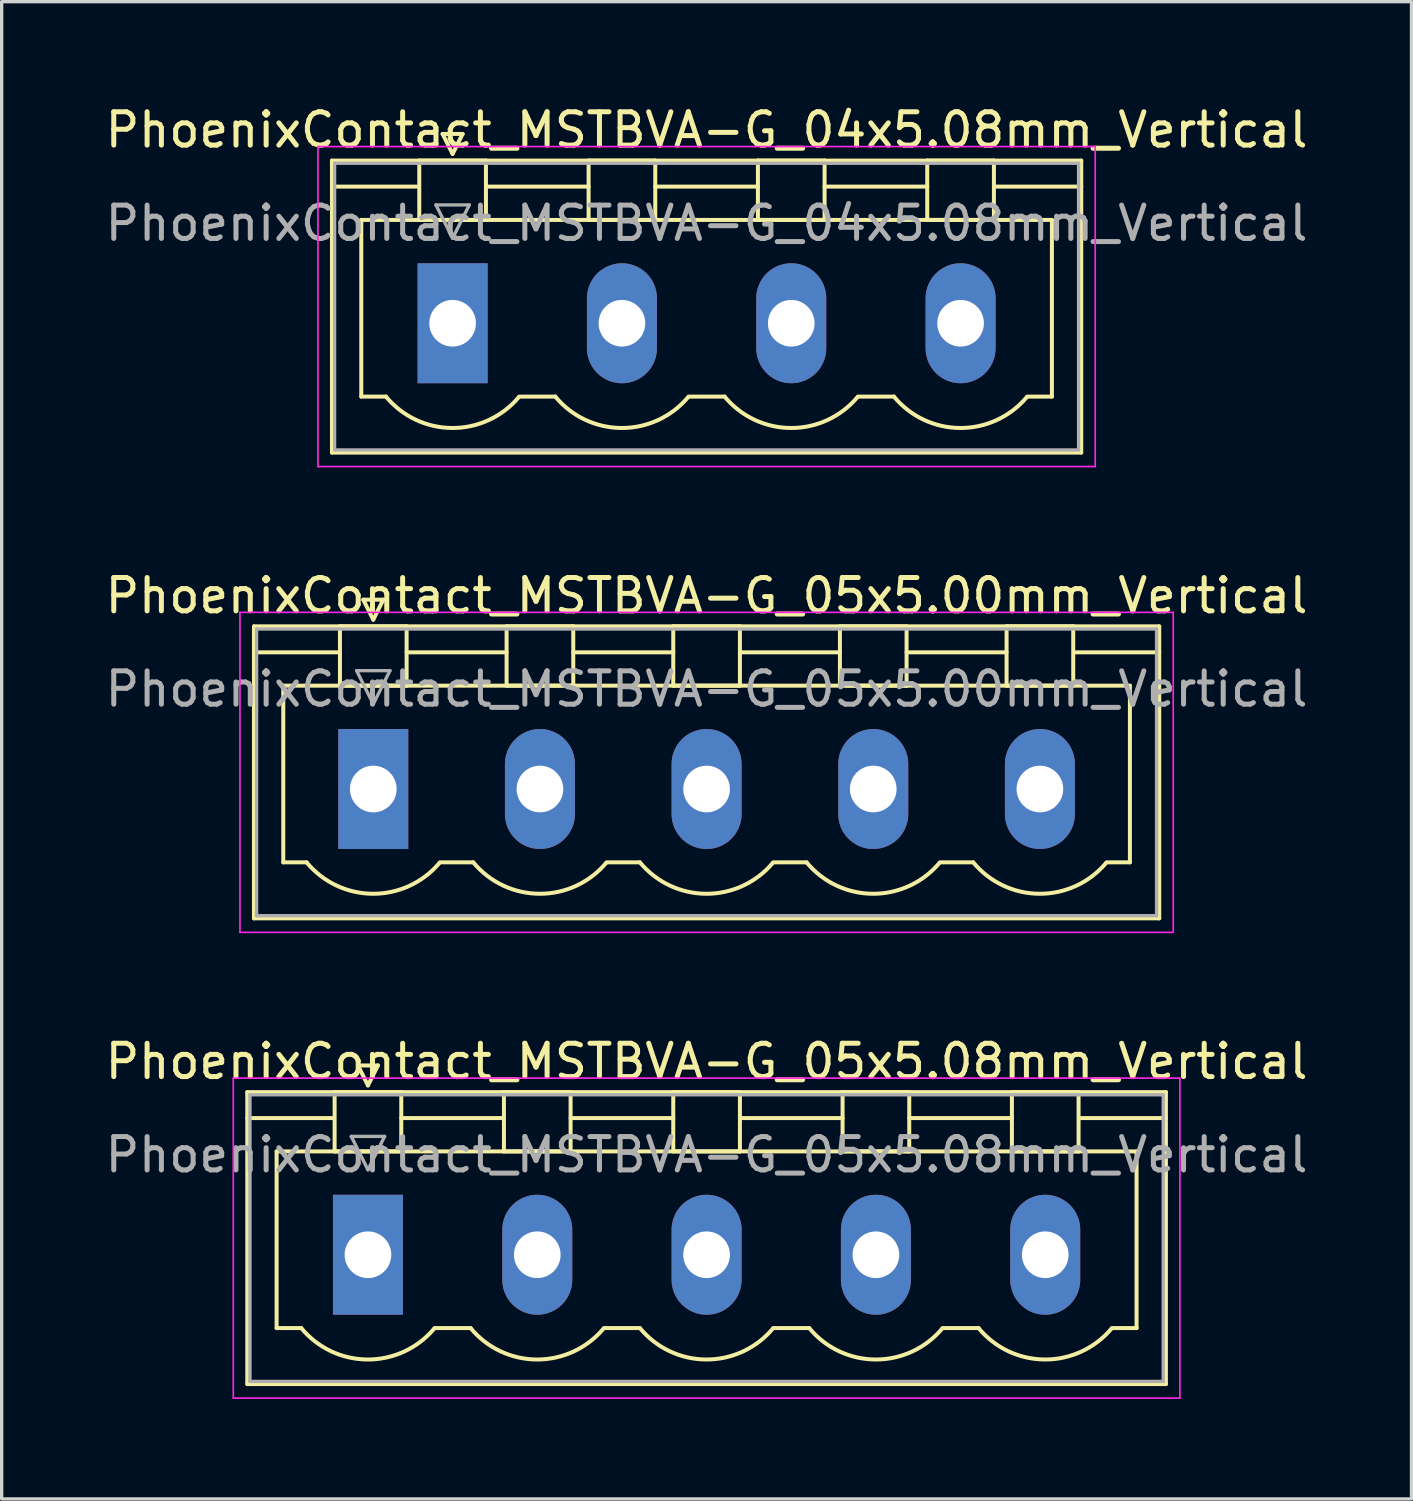
<source format=kicad_pcb>
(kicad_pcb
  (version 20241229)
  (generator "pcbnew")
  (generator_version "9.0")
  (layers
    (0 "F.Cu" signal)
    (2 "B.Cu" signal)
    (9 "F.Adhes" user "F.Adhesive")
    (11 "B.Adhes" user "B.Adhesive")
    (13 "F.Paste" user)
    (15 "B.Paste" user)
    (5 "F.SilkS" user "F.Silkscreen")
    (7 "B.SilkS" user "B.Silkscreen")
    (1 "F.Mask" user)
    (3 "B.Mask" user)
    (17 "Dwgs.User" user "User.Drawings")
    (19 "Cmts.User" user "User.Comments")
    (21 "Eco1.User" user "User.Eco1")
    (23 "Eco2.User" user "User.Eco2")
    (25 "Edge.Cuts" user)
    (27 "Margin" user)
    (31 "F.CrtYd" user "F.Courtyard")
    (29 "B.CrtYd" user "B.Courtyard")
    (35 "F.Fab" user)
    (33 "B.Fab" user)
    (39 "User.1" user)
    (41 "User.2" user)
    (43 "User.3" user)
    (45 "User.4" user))
  (footprint "PhoenixContact_MSTBVA-G_05x5.08mm_Vertical"
    (layer "F.Cu")
    (at 7.989 34.595)
    (property "Reference" "PhoenixContact_MSTBVA-G_05x5.08mm_Vertical" (at 10.16 -5.8 0) (layer "F.SilkS") (effects (font (size 1 1) (thickness 0.15))))
    (attr through_hole)
    (fp_line (start -3.62 -4.88) (end -3.62 3.88) (stroke (width 0.12) (type solid)) (layer "F.SilkS"))
    (fp_line (start -3.62 -4.1) (end -1.08 -4.1) (stroke (width 0.12) (type solid)) (layer "F.SilkS"))
    (fp_line (start -3.62 3.88) (end 23.94 3.88) (stroke (width 0.12) (type solid)) (layer "F.SilkS"))
    (fp_line (start -2.74 -3.1) (end 23.06 -3.1) (stroke (width 0.12) (type solid)) (layer "F.SilkS"))
    (fp_line (start -2.74 2.2) (end -2.74 -3.1) (stroke (width 0.12) (type solid)) (layer "F.SilkS"))
    (fp_line (start -2 2.2) (end -2.74 2.2) (stroke (width 0.12) (type solid)) (layer "F.SilkS"))
    (fp_line (start -1 -4.88) (end 1 -4.88) (stroke (width 0.12) (type solid)) (layer "F.SilkS"))
    (fp_line (start -1 -3.1) (end -1 -4.88) (stroke (width 0.12) (type solid)) (layer "F.SilkS"))
    (fp_line (start -0.3 -5.68) (end 0.3 -5.68) (stroke (width 0.12) (type solid)) (layer "F.SilkS"))
    (fp_line (start 0 -5.08) (end -0.3 -5.68) (stroke (width 0.12) (type solid)) (layer "F.SilkS"))
    (fp_line (start 0.3 -5.68) (end 0 -5.08) (stroke (width 0.12) (type solid)) (layer "F.SilkS"))
    (fp_line (start 1 -4.88) (end 1 -3.1) (stroke (width 0.12) (type solid)) (layer "F.SilkS"))
    (fp_line (start 1 -4.1) (end 4.08 -4.1) (stroke (width 0.12) (type solid)) (layer "F.SilkS"))
    (fp_line (start 1 -3.1) (end -1 -3.1) (stroke (width 0.12) (type solid)) (layer "F.SilkS"))
    (fp_line (start 2 2.2) (end 3.08 2.2) (stroke (width 0.12) (type solid)) (layer "F.SilkS"))
    (fp_line (start 4.08 -4.88) (end 6.08 -4.88) (stroke (width 0.12) (type solid)) (layer "F.SilkS"))
    (fp_line (start 4.08 -3.1) (end 4.08 -4.88) (stroke (width 0.12) (type solid)) (layer "F.SilkS"))
    (fp_line (start 6.08 -4.88) (end 6.08 -3.1) (stroke (width 0.12) (type solid)) (layer "F.SilkS"))
    (fp_line (start 6.08 -4.1) (end 9.16 -4.1) (stroke (width 0.12) (type solid)) (layer "F.SilkS"))
    (fp_line (start 6.08 -3.1) (end 4.08 -3.1) (stroke (width 0.12) (type solid)) (layer "F.SilkS"))
    (fp_line (start 7.08 2.2) (end 8.16 2.2) (stroke (width 0.12) (type solid)) (layer "F.SilkS"))
    (fp_line (start 9.16 -4.88) (end 11.16 -4.88) (stroke (width 0.12) (type solid)) (layer "F.SilkS"))
    (fp_line (start 9.16 -3.1) (end 9.16 -4.88) (stroke (width 0.12) (type solid)) (layer "F.SilkS"))
    (fp_line (start 11.16 -4.88) (end 11.16 -3.1) (stroke (width 0.12) (type solid)) (layer "F.SilkS"))
    (fp_line (start 11.16 -4.1) (end 14.24 -4.1) (stroke (width 0.12) (type solid)) (layer "F.SilkS"))
    (fp_line (start 11.16 -3.1) (end 9.16 -3.1) (stroke (width 0.12) (type solid)) (layer "F.SilkS"))
    (fp_line (start 12.16 2.2) (end 13.24 2.2) (stroke (width 0.12) (type solid)) (layer "F.SilkS"))
    (fp_line (start 14.24 -4.88) (end 16.24 -4.88) (stroke (width 0.12) (type solid)) (layer "F.SilkS"))
    (fp_line (start 14.24 -3.1) (end 14.24 -4.88) (stroke (width 0.12) (type solid)) (layer "F.SilkS"))
    (fp_line (start 16.24 -4.88) (end 16.24 -3.1) (stroke (width 0.12) (type solid)) (layer "F.SilkS"))
    (fp_line (start 16.24 -4.1) (end 19.32 -4.1) (stroke (width 0.12) (type solid)) (layer "F.SilkS"))
    (fp_line (start 16.24 -3.1) (end 14.24 -3.1) (stroke (width 0.12) (type solid)) (layer "F.SilkS"))
    (fp_line (start 17.24 2.2) (end 18.32 2.2) (stroke (width 0.12) (type solid)) (layer "F.SilkS"))
    (fp_line (start 19.32 -4.88) (end 21.32 -4.88) (stroke (width 0.12) (type solid)) (layer "F.SilkS"))
    (fp_line (start 19.32 -3.1) (end 19.32 -4.88) (stroke (width 0.12) (type solid)) (layer "F.SilkS"))
    (fp_line (start 21.32 -4.88) (end 21.32 -3.1) (stroke (width 0.12) (type solid)) (layer "F.SilkS"))
    (fp_line (start 21.32 -3.1) (end 19.32 -3.1) (stroke (width 0.12) (type solid)) (layer "F.SilkS"))
    (fp_line (start 23.06 -3.1) (end 23.06 2.2) (stroke (width 0.12) (type solid)) (layer "F.SilkS"))
    (fp_line (start 23.06 2.2) (end 22.32 2.2) (stroke (width 0.12) (type solid)) (layer "F.SilkS"))
    (fp_line (start 23.94 -4.88) (end -3.62 -4.88) (stroke (width 0.12) (type solid)) (layer "F.SilkS"))
    (fp_line (start 23.94 -4.1) (end 21.4 -4.1) (stroke (width 0.12) (type solid)) (layer "F.SilkS"))
    (fp_line (start 23.94 3.88) (end 23.94 -4.88) (stroke (width 0.12) (type solid)) (layer "F.SilkS"))
    (fp_arc (start 1.986842 2.215821) (mid -0.010289 3.142758) (end -2 2.2) (stroke (width 0.12) (type solid)) (layer "F.SilkS"))
    (fp_arc (start 7.066842 2.215821) (mid 5.069711 3.142758) (end 3.08 2.2) (stroke (width 0.12) (type solid)) (layer "F.SilkS"))
    (fp_arc (start 12.146842 2.215821) (mid 10.149711 3.142758) (end 8.16 2.2) (stroke (width 0.12) (type solid)) (layer "F.SilkS"))
    (fp_arc (start 17.226842 2.215821) (mid 15.229711 3.142758) (end 13.24 2.2) (stroke (width 0.12) (type solid)) (layer "F.SilkS"))
    (fp_arc (start 22.306842 2.215821) (mid 20.309711 3.142758) (end 18.32 2.2) (stroke (width 0.12) (type solid)) (layer "F.SilkS"))
    (fp_line (start -4.04 -5.3) (end -4.04 4.3) (stroke (width 0.05) (type solid)) (layer "F.CrtYd"))
    (fp_line (start -4.04 4.3) (end 24.36 4.3) (stroke (width 0.05) (type solid)) (layer "F.CrtYd"))
    (fp_line (start 24.36 -5.3) (end -4.04 -5.3) (stroke (width 0.05) (type solid)) (layer "F.CrtYd"))
    (fp_line (start 24.36 4.3) (end 24.36 -5.3) (stroke (width 0.05) (type solid)) (layer "F.CrtYd"))
    (fp_line (start -3.54 -4.8) (end -3.54 3.8) (stroke (width 0.1) (type solid)) (layer "F.Fab"))
    (fp_line (start -3.54 3.8) (end 23.86 3.8) (stroke (width 0.1) (type solid)) (layer "F.Fab"))
    (fp_line (start -0.5 -3.55) (end 0.5 -3.55) (stroke (width 0.1) (type solid)) (layer "F.Fab"))
    (fp_line (start 0 -2.55) (end -0.5 -3.55) (stroke (width 0.1) (type solid)) (layer "F.Fab"))
    (fp_line (start 0.5 -3.55) (end 0 -2.55) (stroke (width 0.1) (type solid)) (layer "F.Fab"))
    (fp_line (start 23.86 -4.8) (end -3.54 -4.8) (stroke (width 0.1) (type solid)) (layer "F.Fab"))
    (fp_line (start 23.86 3.8) (end 23.86 -4.8) (stroke (width 0.1) (type solid)) (layer "F.Fab"))
    (fp_text user "${REFERENCE}" (at 10.16 -3 0) (layer "F.Fab") (effects (font (size 1 1) (thickness 0.15))))
    (pad "1" thru_hole rect (at 0 0) (size 2.1 3.6) (drill 1.4) (layers "*.Cu" "*.Mask"))
    (pad "2" thru_hole oval (at 5.08 0) (size 2.1 3.6) (drill 1.4) (layers "*.Cu" "*.Mask"))
    (pad "3" thru_hole oval (at 10.16 0) (size 2.1 3.6) (drill 1.4) (layers "*.Cu" "*.Mask"))
    (pad "4" thru_hole oval (at 15.24 0) (size 2.1 3.6) (drill 1.4) (layers "*.Cu" "*.Mask"))
    (pad "5" thru_hole oval (at 20.32 0) (size 2.1 3.6) (drill 1.4) (layers "*.Cu" "*.Mask")))
  (footprint "PhoenixContact_MSTBVA-G_04x5.08mm_Vertical"
    (layer "F.Cu")
    (at 10.529 6.648)
    (property "Reference" "PhoenixContact_MSTBVA-G_04x5.08mm_Vertical" (at 7.62 -5.8 0) (layer "F.SilkS") (effects (font (size 1 1) (thickness 0.15))))
    (attr through_hole)
    (fp_line (start -3.62 -4.88) (end -3.62 3.88) (stroke (width 0.12) (type solid)) (layer "F.SilkS"))
    (fp_line (start -3.62 -4.1) (end -1.08 -4.1) (stroke (width 0.12) (type solid)) (layer "F.SilkS"))
    (fp_line (start -3.62 3.88) (end 18.86 3.88) (stroke (width 0.12) (type solid)) (layer "F.SilkS"))
    (fp_line (start -2.74 -3.1) (end 17.98 -3.1) (stroke (width 0.12) (type solid)) (layer "F.SilkS"))
    (fp_line (start -2.74 2.2) (end -2.74 -3.1) (stroke (width 0.12) (type solid)) (layer "F.SilkS"))
    (fp_line (start -2 2.2) (end -2.74 2.2) (stroke (width 0.12) (type solid)) (layer "F.SilkS"))
    (fp_line (start -1 -4.88) (end 1 -4.88) (stroke (width 0.12) (type solid)) (layer "F.SilkS"))
    (fp_line (start -1 -3.1) (end -1 -4.88) (stroke (width 0.12) (type solid)) (layer "F.SilkS"))
    (fp_line (start -0.3 -5.68) (end 0.3 -5.68) (stroke (width 0.12) (type solid)) (layer "F.SilkS"))
    (fp_line (start 0 -5.08) (end -0.3 -5.68) (stroke (width 0.12) (type solid)) (layer "F.SilkS"))
    (fp_line (start 0.3 -5.68) (end 0 -5.08) (stroke (width 0.12) (type solid)) (layer "F.SilkS"))
    (fp_line (start 1 -4.88) (end 1 -3.1) (stroke (width 0.12) (type solid)) (layer "F.SilkS"))
    (fp_line (start 1 -4.1) (end 4.08 -4.1) (stroke (width 0.12) (type solid)) (layer "F.SilkS"))
    (fp_line (start 1 -3.1) (end -1 -3.1) (stroke (width 0.12) (type solid)) (layer "F.SilkS"))
    (fp_line (start 2 2.2) (end 3.08 2.2) (stroke (width 0.12) (type solid)) (layer "F.SilkS"))
    (fp_line (start 4.08 -4.88) (end 6.08 -4.88) (stroke (width 0.12) (type solid)) (layer "F.SilkS"))
    (fp_line (start 4.08 -3.1) (end 4.08 -4.88) (stroke (width 0.12) (type solid)) (layer "F.SilkS"))
    (fp_line (start 6.08 -4.88) (end 6.08 -3.1) (stroke (width 0.12) (type solid)) (layer "F.SilkS"))
    (fp_line (start 6.08 -4.1) (end 9.16 -4.1) (stroke (width 0.12) (type solid)) (layer "F.SilkS"))
    (fp_line (start 6.08 -3.1) (end 4.08 -3.1) (stroke (width 0.12) (type solid)) (layer "F.SilkS"))
    (fp_line (start 7.08 2.2) (end 8.16 2.2) (stroke (width 0.12) (type solid)) (layer "F.SilkS"))
    (fp_line (start 9.16 -4.88) (end 11.16 -4.88) (stroke (width 0.12) (type solid)) (layer "F.SilkS"))
    (fp_line (start 9.16 -3.1) (end 9.16 -4.88) (stroke (width 0.12) (type solid)) (layer "F.SilkS"))
    (fp_line (start 11.16 -4.88) (end 11.16 -3.1) (stroke (width 0.12) (type solid)) (layer "F.SilkS"))
    (fp_line (start 11.16 -4.1) (end 14.24 -4.1) (stroke (width 0.12) (type solid)) (layer "F.SilkS"))
    (fp_line (start 11.16 -3.1) (end 9.16 -3.1) (stroke (width 0.12) (type solid)) (layer "F.SilkS"))
    (fp_line (start 12.16 2.2) (end 13.24 2.2) (stroke (width 0.12) (type solid)) (layer "F.SilkS"))
    (fp_line (start 14.24 -4.88) (end 16.24 -4.88) (stroke (width 0.12) (type solid)) (layer "F.SilkS"))
    (fp_line (start 14.24 -3.1) (end 14.24 -4.88) (stroke (width 0.12) (type solid)) (layer "F.SilkS"))
    (fp_line (start 16.24 -4.88) (end 16.24 -3.1) (stroke (width 0.12) (type solid)) (layer "F.SilkS"))
    (fp_line (start 16.24 -3.1) (end 14.24 -3.1) (stroke (width 0.12) (type solid)) (layer "F.SilkS"))
    (fp_line (start 17.98 -3.1) (end 17.98 2.2) (stroke (width 0.12) (type solid)) (layer "F.SilkS"))
    (fp_line (start 17.98 2.2) (end 17.24 2.2) (stroke (width 0.12) (type solid)) (layer "F.SilkS"))
    (fp_line (start 18.86 -4.88) (end -3.62 -4.88) (stroke (width 0.12) (type solid)) (layer "F.SilkS"))
    (fp_line (start 18.86 -4.1) (end 16.32 -4.1) (stroke (width 0.12) (type solid)) (layer "F.SilkS"))
    (fp_line (start 18.86 3.88) (end 18.86 -4.88) (stroke (width 0.12) (type solid)) (layer "F.SilkS"))
    (fp_arc (start 1.986842 2.215821) (mid -0.010289 3.142758) (end -2 2.2) (stroke (width 0.12) (type solid)) (layer "F.SilkS"))
    (fp_arc (start 7.066842 2.215821) (mid 5.069711 3.142758) (end 3.08 2.2) (stroke (width 0.12) (type solid)) (layer "F.SilkS"))
    (fp_arc (start 12.146842 2.215821) (mid 10.149711 3.142758) (end 8.16 2.2) (stroke (width 0.12) (type solid)) (layer "F.SilkS"))
    (fp_arc (start 17.226842 2.215821) (mid 15.229711 3.142758) (end 13.24 2.2) (stroke (width 0.12) (type solid)) (layer "F.SilkS"))
    (fp_line (start -4.04 -5.3) (end -4.04 4.3) (stroke (width 0.05) (type solid)) (layer "F.CrtYd"))
    (fp_line (start -4.04 4.3) (end 19.28 4.3) (stroke (width 0.05) (type solid)) (layer "F.CrtYd"))
    (fp_line (start 19.28 -5.3) (end -4.04 -5.3) (stroke (width 0.05) (type solid)) (layer "F.CrtYd"))
    (fp_line (start 19.28 4.3) (end 19.28 -5.3) (stroke (width 0.05) (type solid)) (layer "F.CrtYd"))
    (fp_line (start -3.54 -4.8) (end -3.54 3.8) (stroke (width 0.1) (type solid)) (layer "F.Fab"))
    (fp_line (start -3.54 3.8) (end 18.78 3.8) (stroke (width 0.1) (type solid)) (layer "F.Fab"))
    (fp_line (start -0.5 -3.55) (end 0.5 -3.55) (stroke (width 0.1) (type solid)) (layer "F.Fab"))
    (fp_line (start 0 -2.55) (end -0.5 -3.55) (stroke (width 0.1) (type solid)) (layer "F.Fab"))
    (fp_line (start 0.5 -3.55) (end 0 -2.55) (stroke (width 0.1) (type solid)) (layer "F.Fab"))
    (fp_line (start 18.78 -4.8) (end -3.54 -4.8) (stroke (width 0.1) (type solid)) (layer "F.Fab"))
    (fp_line (start 18.78 3.8) (end 18.78 -4.8) (stroke (width 0.1) (type solid)) (layer "F.Fab"))
    (fp_text user "${REFERENCE}" (at 7.62 -3 0) (layer "F.Fab") (effects (font (size 1 1) (thickness 0.15))))
    (pad "1" thru_hole rect (at 0 0) (size 2.1 3.6) (drill 1.4) (layers "*.Cu" "*.Mask"))
    (pad "2" thru_hole oval (at 5.08 0) (size 2.1 3.6) (drill 1.4) (layers "*.Cu" "*.Mask"))
    (pad "3" thru_hole oval (at 10.16 0) (size 2.1 3.6) (drill 1.4) (layers "*.Cu" "*.Mask"))
    (pad "4" thru_hole oval (at 15.24 0) (size 2.1 3.6) (drill 1.4) (layers "*.Cu" "*.Mask")))
  (footprint "PhoenixContact_MSTBVA-G_05x5.00mm_Vertical"
    (layer "F.Cu")
    (at 8.149 20.622)
    (property "Reference" "PhoenixContact_MSTBVA-G_05x5.00mm_Vertical" (at 10 -5.8 0) (layer "F.SilkS") (effects (font (size 1 1) (thickness 0.15))))
    (attr through_hole)
    (fp_line (start -3.58 -4.88) (end -3.58 3.88) (stroke (width 0.12) (type solid)) (layer "F.SilkS"))
    (fp_line (start -3.58 -4.1) (end -1.08 -4.1) (stroke (width 0.12) (type solid)) (layer "F.SilkS"))
    (fp_line (start -3.58 3.88) (end 23.58 3.88) (stroke (width 0.12) (type solid)) (layer "F.SilkS"))
    (fp_line (start -2.7 -3.1) (end 22.7 -3.1) (stroke (width 0.12) (type solid)) (layer "F.SilkS"))
    (fp_line (start -2.7 2.2) (end -2.7 -3.1) (stroke (width 0.12) (type solid)) (layer "F.SilkS"))
    (fp_line (start -2 2.2) (end -2.7 2.2) (stroke (width 0.12) (type solid)) (layer "F.SilkS"))
    (fp_line (start -1 -4.88) (end 1 -4.88) (stroke (width 0.12) (type solid)) (layer "F.SilkS"))
    (fp_line (start -1 -3.1) (end -1 -4.88) (stroke (width 0.12) (type solid)) (layer "F.SilkS"))
    (fp_line (start -0.3 -5.68) (end 0.3 -5.68) (stroke (width 0.12) (type solid)) (layer "F.SilkS"))
    (fp_line (start 0 -5.08) (end -0.3 -5.68) (stroke (width 0.12) (type solid)) (layer "F.SilkS"))
    (fp_line (start 0.3 -5.68) (end 0 -5.08) (stroke (width 0.12) (type solid)) (layer "F.SilkS"))
    (fp_line (start 1 -4.88) (end 1 -3.1) (stroke (width 0.12) (type solid)) (layer "F.SilkS"))
    (fp_line (start 1 -4.1) (end 4 -4.1) (stroke (width 0.12) (type solid)) (layer "F.SilkS"))
    (fp_line (start 1 -3.1) (end -1 -3.1) (stroke (width 0.12) (type solid)) (layer "F.SilkS"))
    (fp_line (start 2 2.2) (end 3 2.2) (stroke (width 0.12) (type solid)) (layer "F.SilkS"))
    (fp_line (start 4 -4.88) (end 6 -4.88) (stroke (width 0.12) (type solid)) (layer "F.SilkS"))
    (fp_line (start 4 -3.1) (end 4 -4.88) (stroke (width 0.12) (type solid)) (layer "F.SilkS"))
    (fp_line (start 6 -4.88) (end 6 -3.1) (stroke (width 0.12) (type solid)) (layer "F.SilkS"))
    (fp_line (start 6 -4.1) (end 9 -4.1) (stroke (width 0.12) (type solid)) (layer "F.SilkS"))
    (fp_line (start 6 -3.1) (end 4 -3.1) (stroke (width 0.12) (type solid)) (layer "F.SilkS"))
    (fp_line (start 7 2.2) (end 8 2.2) (stroke (width 0.12) (type solid)) (layer "F.SilkS"))
    (fp_line (start 9 -4.88) (end 11 -4.88) (stroke (width 0.12) (type solid)) (layer "F.SilkS"))
    (fp_line (start 9 -3.1) (end 9 -4.88) (stroke (width 0.12) (type solid)) (layer "F.SilkS"))
    (fp_line (start 11 -4.88) (end 11 -3.1) (stroke (width 0.12) (type solid)) (layer "F.SilkS"))
    (fp_line (start 11 -4.1) (end 14 -4.1) (stroke (width 0.12) (type solid)) (layer "F.SilkS"))
    (fp_line (start 11 -3.1) (end 9 -3.1) (stroke (width 0.12) (type solid)) (layer "F.SilkS"))
    (fp_line (start 12 2.2) (end 13 2.2) (stroke (width 0.12) (type solid)) (layer "F.SilkS"))
    (fp_line (start 14 -4.88) (end 16 -4.88) (stroke (width 0.12) (type solid)) (layer "F.SilkS"))
    (fp_line (start 14 -3.1) (end 14 -4.88) (stroke (width 0.12) (type solid)) (layer "F.SilkS"))
    (fp_line (start 16 -4.88) (end 16 -3.1) (stroke (width 0.12) (type solid)) (layer "F.SilkS"))
    (fp_line (start 16 -4.1) (end 19 -4.1) (stroke (width 0.12) (type solid)) (layer "F.SilkS"))
    (fp_line (start 16 -3.1) (end 14 -3.1) (stroke (width 0.12) (type solid)) (layer "F.SilkS"))
    (fp_line (start 17 2.2) (end 18 2.2) (stroke (width 0.12) (type solid)) (layer "F.SilkS"))
    (fp_line (start 19 -4.88) (end 21 -4.88) (stroke (width 0.12) (type solid)) (layer "F.SilkS"))
    (fp_line (start 19 -3.1) (end 19 -4.88) (stroke (width 0.12) (type solid)) (layer "F.SilkS"))
    (fp_line (start 21 -4.88) (end 21 -3.1) (stroke (width 0.12) (type solid)) (layer "F.SilkS"))
    (fp_line (start 21 -3.1) (end 19 -3.1) (stroke (width 0.12) (type solid)) (layer "F.SilkS"))
    (fp_line (start 22.7 -3.1) (end 22.7 2.2) (stroke (width 0.12) (type solid)) (layer "F.SilkS"))
    (fp_line (start 22.7 2.2) (end 22 2.2) (stroke (width 0.12) (type solid)) (layer "F.SilkS"))
    (fp_line (start 23.58 -4.88) (end -3.58 -4.88) (stroke (width 0.12) (type solid)) (layer "F.SilkS"))
    (fp_line (start 23.58 -4.1) (end 21.08 -4.1) (stroke (width 0.12) (type solid)) (layer "F.SilkS"))
    (fp_line (start 23.58 3.88) (end 23.58 -4.88) (stroke (width 0.12) (type solid)) (layer "F.SilkS"))
    (fp_arc (start 1.986842 2.215821) (mid -0.010289 3.142758) (end -2 2.2) (stroke (width 0.12) (type solid)) (layer "F.SilkS"))
    (fp_arc (start 6.986842 2.215821) (mid 4.989711 3.142758) (end 3 2.2) (stroke (width 0.12) (type solid)) (layer "F.SilkS"))
    (fp_arc (start 11.986842 2.215821) (mid 9.989711 3.142758) (end 8 2.2) (stroke (width 0.12) (type solid)) (layer "F.SilkS"))
    (fp_arc (start 16.986842 2.215821) (mid 14.989711 3.142758) (end 13 2.2) (stroke (width 0.12) (type solid)) (layer "F.SilkS"))
    (fp_arc (start 21.986842 2.215821) (mid 19.989711 3.142758) (end 18 2.2) (stroke (width 0.12) (type solid)) (layer "F.SilkS"))
    (fp_line (start -4 -5.3) (end -4 4.3) (stroke (width 0.05) (type solid)) (layer "F.CrtYd"))
    (fp_line (start -4 4.3) (end 24 4.3) (stroke (width 0.05) (type solid)) (layer "F.CrtYd"))
    (fp_line (start 24 -5.3) (end -4 -5.3) (stroke (width 0.05) (type solid)) (layer "F.CrtYd"))
    (fp_line (start 24 4.3) (end 24 -5.3) (stroke (width 0.05) (type solid)) (layer "F.CrtYd"))
    (fp_line (start -3.5 -4.8) (end -3.5 3.8) (stroke (width 0.1) (type solid)) (layer "F.Fab"))
    (fp_line (start -3.5 3.8) (end 23.5 3.8) (stroke (width 0.1) (type solid)) (layer "F.Fab"))
    (fp_line (start -0.5 -3.55) (end 0.5 -3.55) (stroke (width 0.1) (type solid)) (layer "F.Fab"))
    (fp_line (start 0 -2.55) (end -0.5 -3.55) (stroke (width 0.1) (type solid)) (layer "F.Fab"))
    (fp_line (start 0.5 -3.55) (end 0 -2.55) (stroke (width 0.1) (type solid)) (layer "F.Fab"))
    (fp_line (start 23.5 -4.8) (end -3.5 -4.8) (stroke (width 0.1) (type solid)) (layer "F.Fab"))
    (fp_line (start 23.5 3.8) (end 23.5 -4.8) (stroke (width 0.1) (type solid)) (layer "F.Fab"))
    (fp_text user "${REFERENCE}" (at 10 -3 0) (layer "F.Fab") (effects (font (size 1 1) (thickness 0.15))))
    (pad "1" thru_hole rect (at 0 0) (size 2.1 3.6) (drill 1.4) (layers "*.Cu" "*.Mask"))
    (pad "2" thru_hole oval (at 5 0) (size 2.1 3.6) (drill 1.4) (layers "*.Cu" "*.Mask"))
    (pad "3" thru_hole oval (at 10 0) (size 2.1 3.6) (drill 1.4) (layers "*.Cu" "*.Mask"))
    (pad "4" thru_hole oval (at 15 0) (size 2.1 3.6) (drill 1.4) (layers "*.Cu" "*.Mask"))
    (pad "5" thru_hole oval (at 20 0) (size 2.1 3.6) (drill 1.4) (layers "*.Cu" "*.Mask")))
  (gr_rect
    (start -3 -3)
    (end 39.298 41.92)
    (stroke (width 0.1) (type default))
    (fill no)
    (layer "Edge.Cuts")))
</source>
